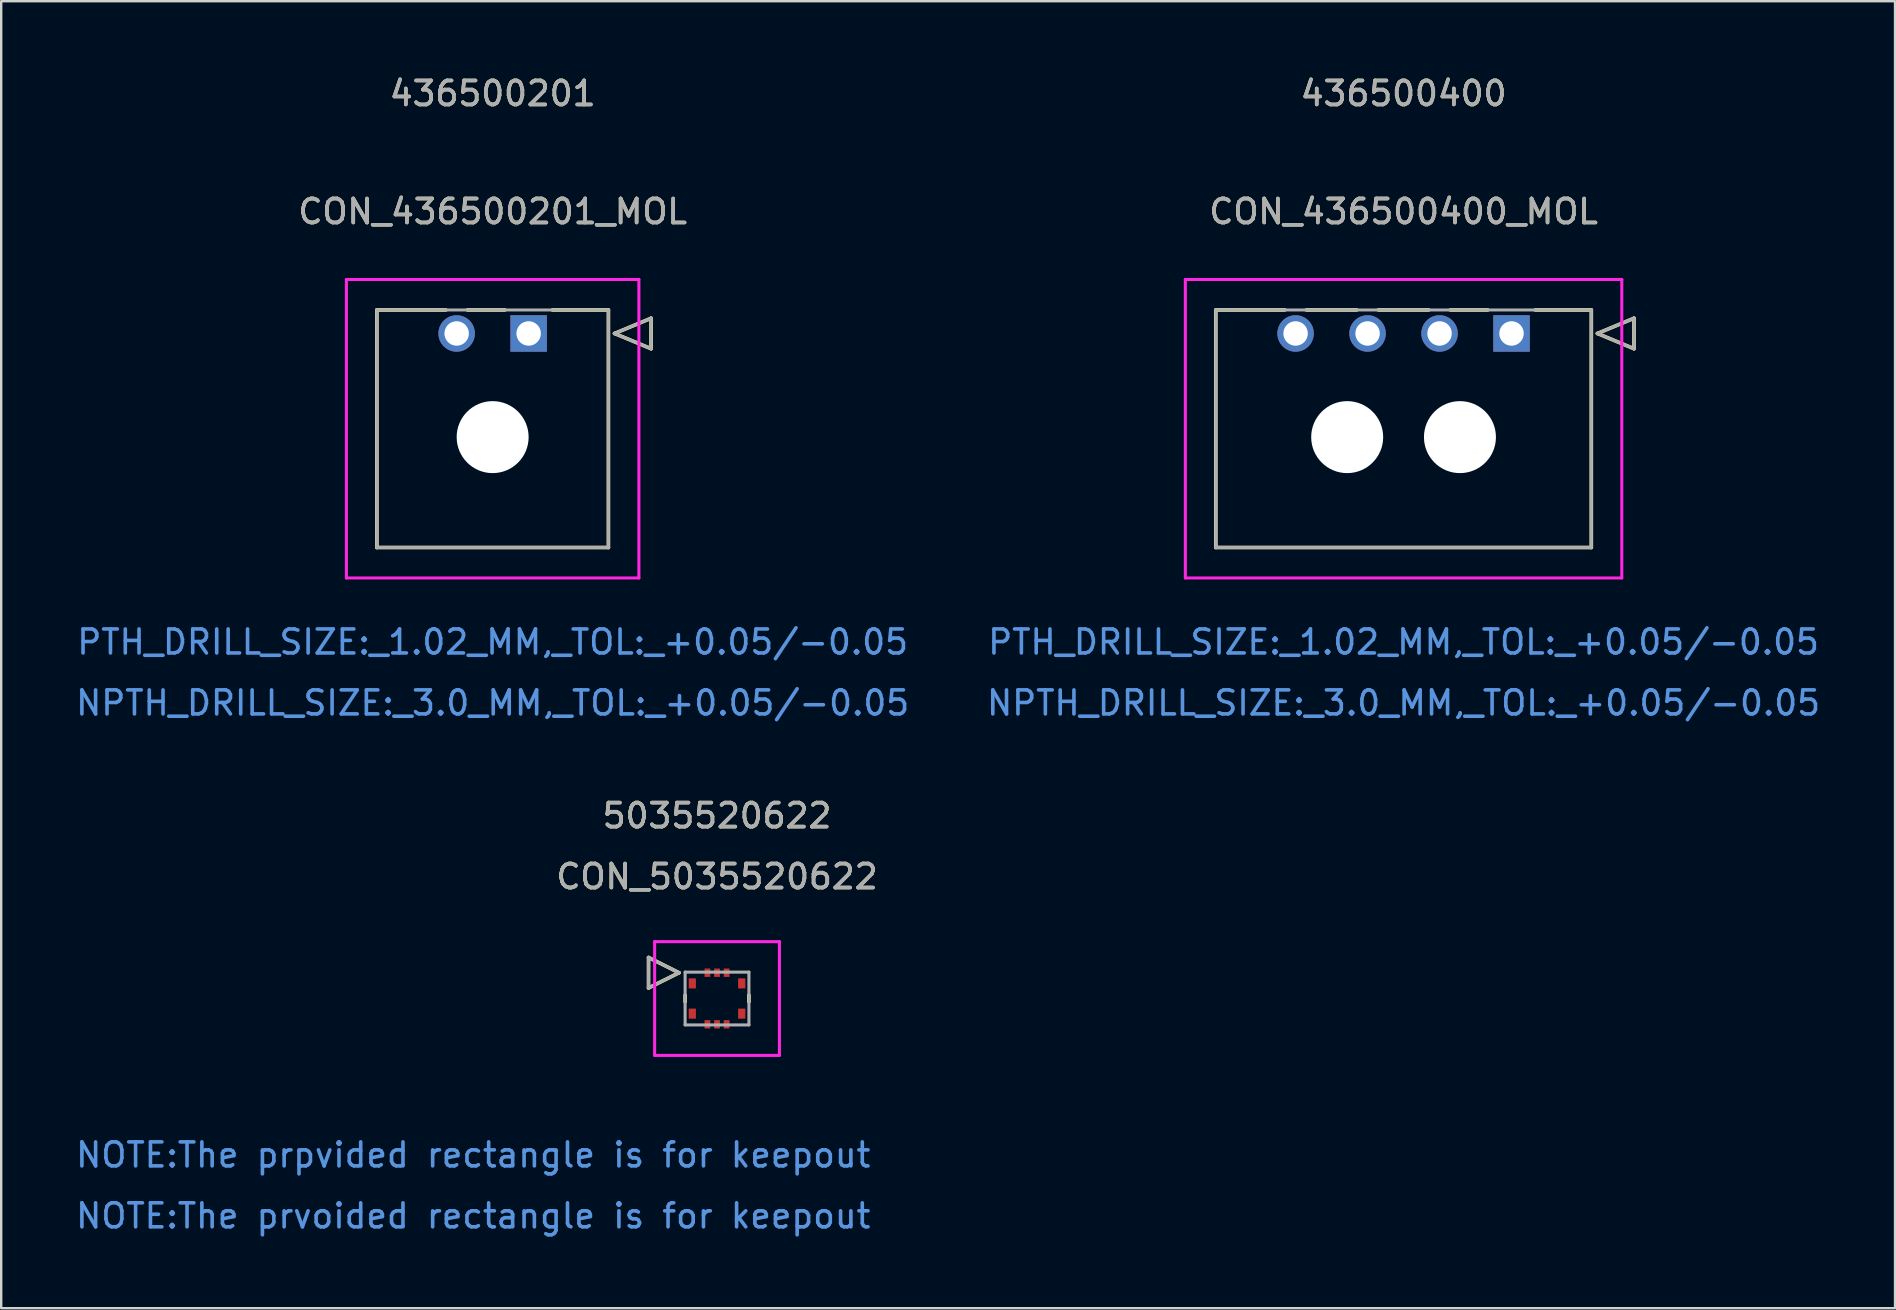
<source format=kicad_pcb>
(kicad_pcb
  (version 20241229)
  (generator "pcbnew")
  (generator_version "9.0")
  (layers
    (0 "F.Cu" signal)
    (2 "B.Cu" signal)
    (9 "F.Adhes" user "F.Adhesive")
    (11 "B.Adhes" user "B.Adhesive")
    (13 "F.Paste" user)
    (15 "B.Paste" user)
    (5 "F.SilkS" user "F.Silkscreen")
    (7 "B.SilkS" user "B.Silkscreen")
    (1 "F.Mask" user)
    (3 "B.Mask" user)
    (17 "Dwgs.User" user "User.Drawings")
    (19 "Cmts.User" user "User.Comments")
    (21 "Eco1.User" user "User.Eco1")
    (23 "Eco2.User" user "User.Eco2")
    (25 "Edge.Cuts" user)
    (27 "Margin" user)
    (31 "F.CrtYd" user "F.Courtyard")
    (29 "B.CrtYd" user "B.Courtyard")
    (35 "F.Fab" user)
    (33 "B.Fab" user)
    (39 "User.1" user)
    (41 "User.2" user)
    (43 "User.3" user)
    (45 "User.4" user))
  (footprint "CON_436500400_MOL"
    (layer "F.Cu")
    (at 59.946 10.848)
    (property "Reference" "CON_436500400_MOL" (at -4.5 -5.08 0) (unlocked yes) (layer "F.SilkS") (effects (font (size 1 1) (thickness 0.15))))
    (attr through_hole)
    (fp_line (start -12.325 -0.98) (end -12.325 8.92) (stroke (width 0.152) (type solid)) (layer "F.SilkS"))
    (fp_line (start -12.325 8.92) (end 3.325 8.92) (stroke (width 0.152) (type solid)) (layer "F.SilkS"))
    (fp_line (start -9.448 -0.98) (end -12.325 -0.98) (stroke (width 0.152) (type solid)) (layer "F.SilkS"))
    (fp_line (start -6.448 -0.98) (end -8.552 -0.98) (stroke (width 0.152) (type solid)) (layer "F.SilkS"))
    (fp_line (start -3.448 -0.98) (end -5.552 -0.98) (stroke (width 0.152) (type solid)) (layer "F.SilkS"))
    (fp_line (start -0.989 -0.98) (end -2.552 -0.98) (stroke (width 0.152) (type solid)) (layer "F.SilkS"))
    (fp_line (start 3.325 -0.98) (end 0.989 -0.98) (stroke (width 0.152) (type solid)) (layer "F.SilkS"))
    (fp_line (start 3.325 8.92) (end 3.325 -0.98) (stroke (width 0.152) (type solid)) (layer "F.SilkS"))
    (fp_line (start 3.579 0) (end 5.103 -0.635) (stroke (width 0.152) (type solid)) (layer "F.SilkS"))
    (fp_line (start 5.103 -0.635) (end 5.103 0.635) (stroke (width 0.152) (type solid)) (layer "F.SilkS"))
    (fp_line (start 5.103 0.635) (end 3.579 0) (stroke (width 0.152) (type solid)) (layer "F.SilkS"))
    (fp_line (start -13.595 -2.25) (end -13.595 10.19) (stroke (width 0.127) (type solid)) (layer "F.CrtYd"))
    (fp_line (start -13.595 10.19) (end 4.595 10.19) (stroke (width 0.127) (type solid)) (layer "F.CrtYd"))
    (fp_line (start 4.595 -2.25) (end -13.595 -2.25) (stroke (width 0.127) (type solid)) (layer "F.CrtYd"))
    (fp_line (start 4.595 10.19) (end 4.595 -2.25) (stroke (width 0.127) (type solid)) (layer "F.CrtYd"))
    (fp_line (start -12.325 -0.98) (end -12.325 8.92) (stroke (width 0.127) (type solid)) (layer "F.Fab"))
    (fp_line (start -12.325 8.92) (end 3.325 8.92) (stroke (width 0.127) (type solid)) (layer "F.Fab"))
    (fp_line (start 3.325 -0.98) (end -12.325 -0.98) (stroke (width 0.127) (type solid)) (layer "F.Fab"))
    (fp_line (start 3.325 8.92) (end 3.325 -0.98) (stroke (width 0.127) (type solid)) (layer "F.Fab"))
    (fp_line (start 3.579 0) (end 5.103 -0.635) (stroke (width 0.127) (type solid)) (layer "F.Fab"))
    (fp_line (start 5.103 -0.635) (end 5.103 0.635) (stroke (width 0.127) (type solid)) (layer "F.Fab"))
    (fp_line (start 5.103 0.635) (end 3.579 0) (stroke (width 0.127) (type solid)) (layer "F.Fab"))
    (fp_text user "436500400" (at -4.5 -10 0) (unlocked yes) (layer "F.SilkS") (effects (font (size 1 1) (thickness 0.15))))
    (fp_text user "NPTH_DRILL_SIZE:_3.0_MM,_TOL:_+0.05/-0.05" (at -4.5 15.4 0) (unlocked yes) (layer "Cmts.User") (effects (font (size 1 1) (thickness 0.15))))
    (fp_text user "PTH_DRILL_SIZE:_1.02_MM,_TOL:_+0.05/-0.05" (at -4.5 12.86 0) (unlocked yes) (layer "Cmts.User") (effects (font (size 1 1) (thickness 0.15))))
    (fp_text user "${REFERENCE}" (at -4.5 -5.08 0) (unlocked yes) (layer "F.Fab") (effects (font (size 1 1) (thickness 0.15))))
    (fp_text user "436500400" (at -4.5 -10 0) (unlocked yes) (layer "F.Fab") (effects (font (size 1 1) (thickness 0.15))))
    (pad "" np_thru_hole circle (at -6.85 4.32) (size 3 3) (drill 3) (layers "*.Cu" "*.Mask"))
    (pad "" np_thru_hole circle (at -2.15 4.32) (size 3 3) (drill 3) (layers "*.Cu" "*.Mask"))
    (pad "1" thru_hole rect (at 0 0) (size 1.52 1.52) (drill 1.02) (layers "*.Cu" "*.Mask"))
    (pad "2" thru_hole circle (at -3 0) (size 1.52 1.52) (drill 1.02) (layers "*.Cu" "*.Mask"))
    (pad "3" thru_hole circle (at -6 0) (size 1.52 1.52) (drill 1.02) (layers "*.Cu" "*.Mask"))
    (pad "4" thru_hole circle (at -9 0) (size 1.52 1.52) (drill 1.02) (layers "*.Cu" "*.Mask")))
  (footprint "CON_436500201_MOL"
    (layer "F.Cu")
    (at 18.982 10.848)
    (property "Reference" "CON_436500201_MOL" (at -1.5 -5.08 0) (unlocked yes) (layer "F.SilkS") (effects (font (size 1 1) (thickness 0.15))))
    (attr through_hole)
    (fp_line (start -6.325 -0.98) (end -6.325 8.92) (stroke (width 0.152) (type solid)) (layer "F.SilkS"))
    (fp_line (start -6.325 8.92) (end 3.325 8.92) (stroke (width 0.152) (type solid)) (layer "F.SilkS"))
    (fp_line (start -3.448 -0.98) (end -6.325 -0.98) (stroke (width 0.152) (type solid)) (layer "F.SilkS"))
    (fp_line (start -0.989 -0.98) (end -2.552 -0.98) (stroke (width 0.152) (type solid)) (layer "F.SilkS"))
    (fp_line (start 3.325 -0.98) (end 0.989 -0.98) (stroke (width 0.152) (type solid)) (layer "F.SilkS"))
    (fp_line (start 3.325 8.92) (end 3.325 -0.98) (stroke (width 0.152) (type solid)) (layer "F.SilkS"))
    (fp_line (start 3.579 0) (end 5.103 -0.635) (stroke (width 0.152) (type solid)) (layer "F.SilkS"))
    (fp_line (start 5.103 -0.635) (end 5.103 0.635) (stroke (width 0.152) (type solid)) (layer "F.SilkS"))
    (fp_line (start 5.103 0.635) (end 3.579 0) (stroke (width 0.152) (type solid)) (layer "F.SilkS"))
    (fp_line (start -7.595 -2.25) (end -7.595 10.19) (stroke (width 0.127) (type solid)) (layer "F.CrtYd"))
    (fp_line (start -7.595 10.19) (end 4.595 10.19) (stroke (width 0.127) (type solid)) (layer "F.CrtYd"))
    (fp_line (start 4.595 -2.25) (end -7.595 -2.25) (stroke (width 0.127) (type solid)) (layer "F.CrtYd"))
    (fp_line (start 4.595 10.19) (end 4.595 -2.25) (stroke (width 0.127) (type solid)) (layer "F.CrtYd"))
    (fp_line (start -6.325 -0.98) (end -6.325 8.92) (stroke (width 0.127) (type solid)) (layer "F.Fab"))
    (fp_line (start -6.325 8.92) (end 3.325 8.92) (stroke (width 0.127) (type solid)) (layer "F.Fab"))
    (fp_line (start 3.325 -0.98) (end -6.325 -0.98) (stroke (width 0.127) (type solid)) (layer "F.Fab"))
    (fp_line (start 3.325 8.92) (end 3.325 -0.98) (stroke (width 0.127) (type solid)) (layer "F.Fab"))
    (fp_line (start 3.579 0) (end 5.103 -0.635) (stroke (width 0.127) (type solid)) (layer "F.Fab"))
    (fp_line (start 5.103 -0.635) (end 5.103 0.635) (stroke (width 0.127) (type solid)) (layer "F.Fab"))
    (fp_line (start 5.103 0.635) (end 3.579 0) (stroke (width 0.127) (type solid)) (layer "F.Fab"))
    (fp_text user "436500201" (at -1.5 -10 0) (unlocked yes) (layer "F.SilkS") (effects (font (size 1 1) (thickness 0.15))))
    (fp_text user "NPTH_DRILL_SIZE:_3.0_MM,_TOL:_+0.05/-0.05" (at -1.5 15.4 0) (unlocked yes) (layer "Cmts.User") (effects (font (size 1 1) (thickness 0.15))))
    (fp_text user "PTH_DRILL_SIZE:_1.02_MM,_TOL:_+0.05/-0.05" (at -1.5 12.86 0) (unlocked yes) (layer "Cmts.User") (effects (font (size 1 1) (thickness 0.15))))
    (fp_text user "436500201" (at -1.5 -10 0) (unlocked yes) (layer "F.Fab") (effects (font (size 1 1) (thickness 0.15))))
    (fp_text user "${REFERENCE}" (at -1.5 -5.08 0) (unlocked yes) (layer "F.Fab") (effects (font (size 1 1) (thickness 0.15))))
    (pad "" np_thru_hole circle (at -1.5 4.32) (size 3 3) (drill 3) (layers "*.Cu" "*.Mask"))
    (pad "1" thru_hole rect (at 0 0) (size 1.52 1.52) (drill 1.02) (layers "*.Cu" "*.Mask"))
    (pad "2" thru_hole circle (at -3 0) (size 1.52 1.52) (drill 1.02) (layers "*.Cu" "*.Mask")))
  (footprint "CON_5035520622"
    (layer "F.Cu")
    (at 26.833 38.565)
    (property "Reference" "CON_5035520622" (at 0 -5.08 0) (unlocked yes) (layer "F.SilkS") (effects (font (size 1 1) (thickness 0.15))))
    (attr smd)
    (fp_line (start -2.854 -1.71) (end -2.854 -0.44) (stroke (width 0.152) (type solid)) (layer "F.SilkS"))
    (fp_line (start -2.854 -0.44) (end -1.584 -1.075) (stroke (width 0.152) (type solid)) (layer "F.SilkS"))
    (fp_line (start -1.584 -1.075) (end -2.854 -1.71) (stroke (width 0.152) (type solid)) (layer "F.SilkS"))
    (fp_line (start -1.33 -0.137) (end -1.33 0.137) (stroke (width 0.152) (type solid)) (layer "F.SilkS"))
    (fp_line (start 1.33 0.137) (end 1.33 -0.137) (stroke (width 0.152) (type solid)) (layer "F.SilkS"))
    (fp_line (start -2.6 -2.37) (end -2.6 2.37) (stroke (width 0.127) (type solid)) (layer "F.CrtYd"))
    (fp_line (start -2.6 2.37) (end 2.6 2.37) (stroke (width 0.127) (type solid)) (layer "F.CrtYd"))
    (fp_line (start 2.6 -2.37) (end -2.6 -2.37) (stroke (width 0.127) (type solid)) (layer "F.CrtYd"))
    (fp_line (start 2.6 2.37) (end 2.6 -2.37) (stroke (width 0.127) (type solid)) (layer "F.CrtYd"))
    (fp_line (start -2.854 -1.71) (end -2.854 -0.44) (stroke (width 0.127) (type solid)) (layer "F.Fab"))
    (fp_line (start -2.854 -0.44) (end -1.584 -1.075) (stroke (width 0.127) (type solid)) (layer "F.Fab"))
    (fp_line (start -1.584 -1.075) (end -2.854 -1.71) (stroke (width 0.127) (type solid)) (layer "F.Fab"))
    (fp_line (start -1.33 -1.1) (end -1.33 1.1) (stroke (width 0.127) (type solid)) (layer "F.Fab"))
    (fp_line (start -1.33 1.1) (end 1.33 1.1) (stroke (width 0.127) (type solid)) (layer "F.Fab"))
    (fp_line (start 1.33 -1.1) (end -1.33 -1.1) (stroke (width 0.127) (type solid)) (layer "F.Fab"))
    (fp_line (start 1.33 1.1) (end 1.33 -1.1) (stroke (width 0.127) (type solid)) (layer "F.Fab"))
    (fp_text user "5035520622" (at 0 -7.62 0) (unlocked yes) (layer "F.SilkS") (effects (font (size 1 1) (thickness 0.15))))
    (fp_text user "NOTE:The prpvided rectangle is for keepout" (at -10.16 6.52 0) (unlocked yes) (layer "Cmts.User") (effects (font (size 1 1) (thickness 0.15))))
    (fp_text user "NOTE:The prvoided rectangle is for keepout" (at -10.16 9.06 0) (unlocked yes) (layer "Cmts.User") (effects (font (size 1 1) (thickness 0.15))))
    (fp_text user "5035520622" (at 0 -7.62 0) (unlocked yes) (layer "F.Fab") (effects (font (size 1 1) (thickness 0.15))))
    (fp_text user "${REFERENCE}" (at 0 -5.08 0) (unlocked yes) (layer "F.Fab") (effects (font (size 1 1) (thickness 0.15))))
    (pad "1" smd rect (at -0.4 -1.075) (size 0.24 0.35) (layers "F.Cu" "F.Mask" "F.Paste"))
    (pad "2" smd rect (at 0 -1.075) (size 0.24 0.35) (layers "F.Cu" "F.Mask" "F.Paste"))
    (pad "3" smd rect (at 0.4 -1.075) (size 0.24 0.35) (layers "F.Cu" "F.Mask" "F.Paste"))
    (pad "4" smd rect (at -0.4 1.075) (size 0.24 0.35) (layers "F.Cu" "F.Mask" "F.Paste"))
    (pad "5" smd rect (at 0 1.075) (size 0.24 0.35) (layers "F.Cu" "F.Mask" "F.Paste"))
    (pad "6" smd rect (at 0.4 1.075) (size 0.24 0.35) (layers "F.Cu" "F.Mask" "F.Paste"))
    (pad "P1" smd rect (at -1.03 -0.63) (size 0.3 0.42) (layers "F.Cu" "F.Mask" "F.Paste"))
    (pad "P2" smd rect (at 1.03 -0.63) (size 0.3 0.42) (layers "F.Cu" "F.Mask" "F.Paste"))
    (pad "P3" smd rect (at -1.03 0.63) (size 0.3 0.42) (layers "F.Cu" "F.Mask" "F.Paste"))
    (pad "P4" smd rect (at 1.03 0.63) (size 0.3 0.42) (layers "F.Cu" "F.Mask" "F.Paste")))
  (gr_rect
    (start -3 -3)
    (end 75.929 51.473)
    (stroke (width 0.1) (type default))
    (fill no)
    (layer "Edge.Cuts")))
</source>
